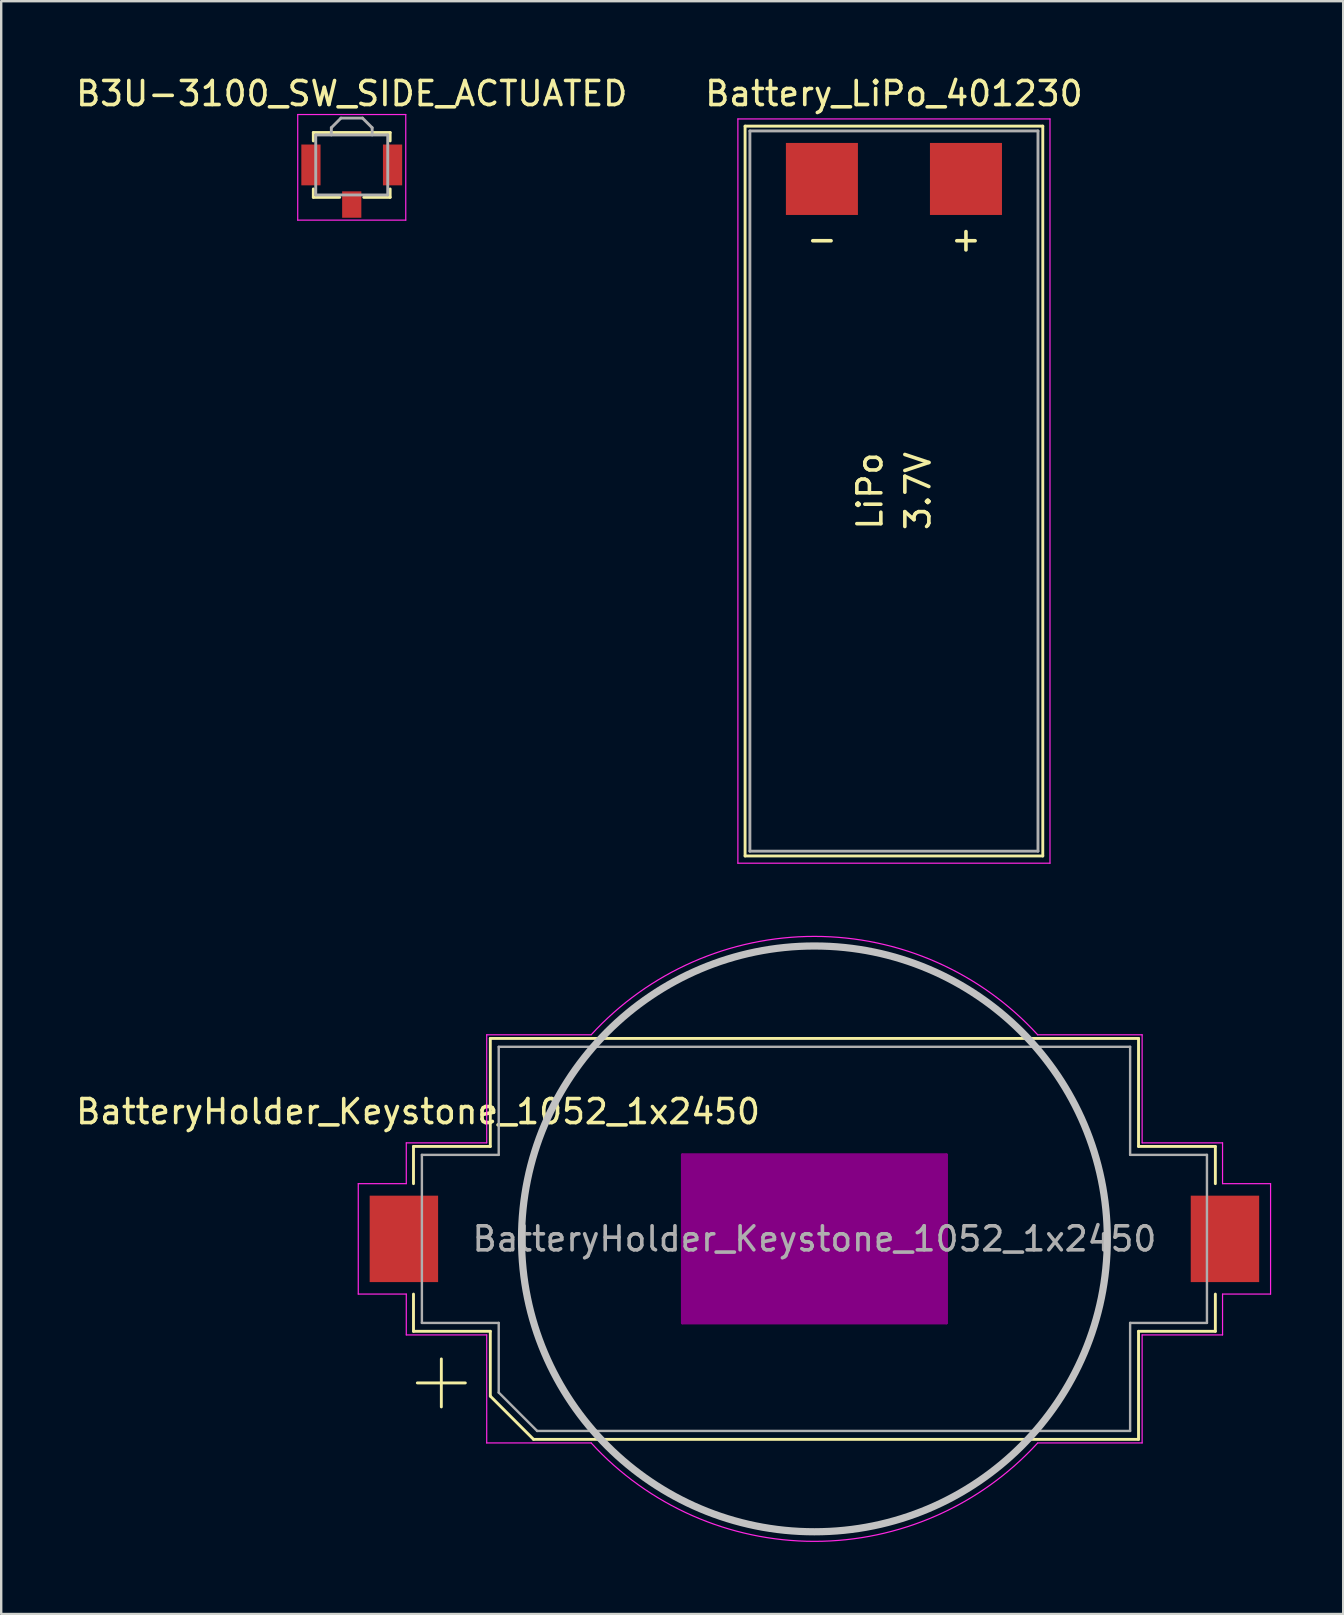
<source format=kicad_pcb>
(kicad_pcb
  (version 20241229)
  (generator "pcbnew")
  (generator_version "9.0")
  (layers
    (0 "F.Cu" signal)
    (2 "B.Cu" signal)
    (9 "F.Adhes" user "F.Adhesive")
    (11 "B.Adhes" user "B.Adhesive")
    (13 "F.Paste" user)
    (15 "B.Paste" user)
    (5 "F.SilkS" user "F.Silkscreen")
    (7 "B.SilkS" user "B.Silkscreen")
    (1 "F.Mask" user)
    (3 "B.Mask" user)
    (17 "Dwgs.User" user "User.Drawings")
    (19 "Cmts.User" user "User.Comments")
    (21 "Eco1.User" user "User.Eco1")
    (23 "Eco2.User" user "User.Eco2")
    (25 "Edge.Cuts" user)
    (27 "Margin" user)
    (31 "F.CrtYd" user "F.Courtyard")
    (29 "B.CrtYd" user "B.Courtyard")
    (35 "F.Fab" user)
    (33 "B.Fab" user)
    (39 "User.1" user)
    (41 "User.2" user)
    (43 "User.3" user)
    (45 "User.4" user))
  (footprint "B3U-3100_SW_SIDE_ACTUATED"
    (layer "F.Cu")
    (at 11.601 3.82)
    (property "Reference" "B3U-3100_SW_SIDE_ACTUATED" (at 0 -2.972 0) (layer "F.SilkS") (effects (font (size 1 1) (thickness 0.15))))
    (attr through_hole)
    (fp_line (start -1.6 -1.35) (end -1.6 -1) (stroke (width 0.12) (type solid)) (layer "F.SilkS"))
    (fp_line (start -1.6 1) (end -1.6 1.35) (stroke (width 0.12) (type solid)) (layer "F.SilkS"))
    (fp_line (start -1.6 1.35) (end -0.5 1.35) (stroke (width 0.12) (type solid)) (layer "F.SilkS"))
    (fp_line (start 0.5 1.35) (end 1.6 1.35) (stroke (width 0.12) (type solid)) (layer "F.SilkS"))
    (fp_line (start 1.6 -1.35) (end -1.6 -1.35) (stroke (width 0.12) (type solid)) (layer "F.SilkS"))
    (fp_line (start 1.6 -1) (end 1.6 -1.35) (stroke (width 0.12) (type solid)) (layer "F.SilkS"))
    (fp_line (start 1.6 1.35) (end 1.6 1) (stroke (width 0.12) (type solid)) (layer "F.SilkS"))
    (fp_line (start -2.25 -2.1) (end -2.25 2.3) (stroke (width 0.05) (type solid)) (layer "F.CrtYd"))
    (fp_line (start -2.25 2.3) (end 2.25 2.3) (stroke (width 0.05) (type solid)) (layer "F.CrtYd"))
    (fp_line (start 2.25 -2.1) (end -2.25 -2.1) (stroke (width 0.05) (type solid)) (layer "F.CrtYd"))
    (fp_line (start 2.25 2.3) (end 2.25 -2.1) (stroke (width 0.05) (type solid)) (layer "F.CrtYd"))
    (fp_line (start -1.5 -1.25) (end 1.5 -1.25) (stroke (width 0.12) (type solid)) (layer "F.Fab"))
    (fp_line (start -1.5 1.25) (end -1.5 -1.25) (stroke (width 0.12) (type solid)) (layer "F.Fab"))
    (fp_line (start -0.85 -1.55) (end -0.45 -1.95) (stroke (width 0.12) (type solid)) (layer "F.Fab"))
    (fp_line (start -0.85 -1.25) (end -0.85 -1.55) (stroke (width 0.12) (type solid)) (layer "F.Fab"))
    (fp_line (start -0.45 -1.95) (end 0.45 -1.95) (stroke (width 0.12) (type solid)) (layer "F.Fab"))
    (fp_line (start 0.45 -1.95) (end 0.85 -1.55) (stroke (width 0.12) (type solid)) (layer "F.Fab"))
    (fp_line (start 0.85 -1.25) (end 0.85 -1.55) (stroke (width 0.12) (type solid)) (layer "F.Fab"))
    (fp_line (start 1.5 -1.25) (end 1.5 1.25) (stroke (width 0.12) (type solid)) (layer "F.Fab"))
    (fp_line (start 1.5 1.25) (end -1.5 1.25) (stroke (width 0.12) (type solid)) (layer "F.Fab"))
    (pad "1" smd rect (at -1.7 0) (size 0.8 1.7) (layers "F.Cu" "F.Mask" "F.Paste"))
    (pad "2" smd rect (at 1.7 0) (size 0.8 1.7) (layers "F.Cu" "F.Mask" "F.Paste"))
    (pad "3" smd rect (at 0 1.65) (size 0.8 1.1) (layers "F.Cu" "F.Mask" "F.Paste")))
  (footprint "Battery_LiPo_401230"
    (layer "F.Cu")
    (at 34.185 4.404)
    (property "Reference" "Battery_LiPo_401230" (at 0 -3.556 0) (layer "F.SilkS") (effects (font (size 1 1) (thickness 0.15))))
    (attr smd)
    (fp_line (start -6.2 -2.2) (end 6.2 -2.2) (stroke (width 0.12) (type solid)) (layer "F.SilkS"))
    (fp_line (start -6.2 28.2) (end -6.2 -2.2) (stroke (width 0.12) (type solid)) (layer "F.SilkS"))
    (fp_line (start 6.2 -2.2) (end 6.2 28.2) (stroke (width 0.12) (type solid)) (layer "F.SilkS"))
    (fp_line (start 6.2 28.2) (end -6.2 28.2) (stroke (width 0.12) (type solid)) (layer "F.SilkS"))
    (fp_line (start -6.5 -2.5) (end 6.5 -2.5) (stroke (width 0.05) (type solid)) (layer "F.CrtYd"))
    (fp_line (start -6.5 28.5) (end -6.5 -2.5) (stroke (width 0.05) (type solid)) (layer "F.CrtYd"))
    (fp_line (start 6.5 -2.5) (end 6.5 28.5) (stroke (width 0.05) (type solid)) (layer "F.CrtYd"))
    (fp_line (start 6.5 28.5) (end -6.5 28.5) (stroke (width 0.05) (type solid)) (layer "F.CrtYd"))
    (fp_line (start -6 -2) (end 6 -2) (stroke (width 0.12) (type solid)) (layer "F.Fab"))
    (fp_line (start -6 28) (end -6 -2) (stroke (width 0.12) (type solid)) (layer "F.Fab"))
    (fp_line (start 6 -2) (end 6 28) (stroke (width 0.12) (type solid)) (layer "F.Fab"))
    (fp_line (start 6 28) (end -6 28) (stroke (width 0.12) (type solid)) (layer "F.Fab"))
    (fp_text user "+" (at 3 2.5 0) (layer "F.SilkS") (effects (font (size 1 1) (thickness 0.15))))
    (fp_text user "LiPo" (at -1 13 90) (layer "F.SilkS") (effects (font (size 1 1) (thickness 0.15))))
    (fp_text user "3.7V" (at 1 13 90) (layer "F.SilkS") (effects (font (size 1 1) (thickness 0.15))))
    (fp_text user "-" (at -3 2.5 0) (layer "F.SilkS") (effects (font (size 1 1) (thickness 0.15))))
    (pad "1" smd rect (at 3 0) (size 3 3) (layers "F.Cu" "F.Mask" "F.Paste"))
    (pad "2" smd rect (at -3 0) (size 3 3) (layers "F.Cu" "F.Mask" "F.Paste")))
  (footprint "BatteryHolder_Keystone_1052_1x2450"
    (layer "F.Cu")
    (at 30.873 48.553)
    (property "Reference" "BatteryHolder_Keystone_1052_1x2450" (at -16.51 -5.3 0) (layer "F.SilkS") (effects (font (size 1 1) (thickness 0.15))))
    (attr smd)
    (fp_line (start -16.7 -3.85) (end -16.7 -2.3) (stroke (width 0.12) (type solid)) (layer "F.SilkS"))
    (fp_line (start -16.7 3.85) (end -16.7 2.3) (stroke (width 0.12) (type solid)) (layer "F.SilkS"))
    (fp_line (start -15.54 5) (end -15.54 7) (stroke (width 0.12) (type solid)) (layer "F.SilkS"))
    (fp_line (start -14.54 6) (end -16.54 6) (stroke (width 0.12) (type solid)) (layer "F.SilkS"))
    (fp_line (start -13.5 -8.35) (end -13.5 -3.85) (stroke (width 0.12) (type solid)) (layer "F.SilkS"))
    (fp_line (start -13.5 -8.35) (end 13.5 -8.35) (stroke (width 0.12) (type solid)) (layer "F.SilkS"))
    (fp_line (start -13.5 -3.85) (end -16.7 -3.85) (stroke (width 0.12) (type solid)) (layer "F.SilkS"))
    (fp_line (start -13.5 3.85) (end -16.7 3.85) (stroke (width 0.12) (type solid)) (layer "F.SilkS"))
    (fp_line (start -13.5 6.55) (end -13.5 3.85) (stroke (width 0.12) (type solid)) (layer "F.SilkS"))
    (fp_line (start -11.7 8.35) (end -13.5 6.55) (stroke (width 0.12) (type solid)) (layer "F.SilkS"))
    (fp_line (start 13.5 -8.35) (end 13.5 -3.85) (stroke (width 0.12) (type solid)) (layer "F.SilkS"))
    (fp_line (start 13.5 -3.85) (end 16.7 -3.85) (stroke (width 0.12) (type solid)) (layer "F.SilkS"))
    (fp_line (start 13.5 3.85) (end 16.7 3.85) (stroke (width 0.12) (type solid)) (layer "F.SilkS"))
    (fp_line (start 13.5 8.35) (end -11.7 8.35) (stroke (width 0.12) (type solid)) (layer "F.SilkS"))
    (fp_line (start 13.5 8.35) (end 13.5 3.85) (stroke (width 0.12) (type solid)) (layer "F.SilkS"))
    (fp_line (start 16.7 -3.85) (end 16.7 -2.3) (stroke (width 0.12) (type solid)) (layer "F.SilkS"))
    (fp_line (start 16.7 3.85) (end 16.7 2.3) (stroke (width 0.12) (type solid)) (layer "F.SilkS"))
    (fp_line (start -5.5 -3.5) (end -5.5 3.5) (stroke (width 0.12) (type solid)) (layer "F.Adhes"))
    (fp_line (start -5.5 3.5) (end 5.5 3.5) (stroke (width 0.12) (type solid)) (layer "F.Adhes"))
    (fp_line (start 5.5 -3.5) (end -5.5 -3.5) (stroke (width 0.12) (type solid)) (layer "F.Adhes"))
    (fp_line (start 5.5 3.5) (end 5.5 -3.5) (stroke (width 0.12) (type solid)) (layer "F.Adhes"))
    (fp_poly (pts (xy -5.5 -3.5) (xy -5.5 3.5) (xy 5.5 3.5) (xy 5.5 -3.5)) (stroke (width 0.1) (type solid)) (fill yes) (layer "F.Adhes"))
    (fp_circle (center 0 0) (end 12.2 0) (stroke (width 0.3) (type solid)) (fill no) (layer "Dwgs.User"))
    (fp_line (start -19 2.3) (end -19 -2.3) (stroke (width 0.05) (type solid)) (layer "F.CrtYd"))
    (fp_line (start -17 -4) (end -13.65 -4) (stroke (width 0.05) (type solid)) (layer "F.CrtYd"))
    (fp_line (start -17 -2.3) (end -19 -2.3) (stroke (width 0.05) (type solid)) (layer "F.CrtYd"))
    (fp_line (start -17 -2.3) (end -17 -4) (stroke (width 0.05) (type solid)) (layer "F.CrtYd"))
    (fp_line (start -17 2.3) (end -19 2.3) (stroke (width 0.05) (type solid)) (layer "F.CrtYd"))
    (fp_line (start -17 4) (end -17 2.3) (stroke (width 0.05) (type solid)) (layer "F.CrtYd"))
    (fp_line (start -17 4) (end -13.65 4) (stroke (width 0.05) (type solid)) (layer "F.CrtYd"))
    (fp_line (start -13.65 -8.5) (end -9.3 -8.5) (stroke (width 0.05) (type solid)) (layer "F.CrtYd"))
    (fp_line (start -13.65 -4) (end -13.65 -8.5) (stroke (width 0.05) (type solid)) (layer "F.CrtYd"))
    (fp_line (start -13.65 4) (end -13.65 8.5) (stroke (width 0.05) (type solid)) (layer "F.CrtYd"))
    (fp_line (start -9.3 8.5) (end -13.65 8.5) (stroke (width 0.05) (type solid)) (layer "F.CrtYd"))
    (fp_line (start 13.65 -8.5) (end 9.3 -8.5) (stroke (width 0.05) (type solid)) (layer "F.CrtYd"))
    (fp_line (start 13.65 -8.5) (end 13.65 -4) (stroke (width 0.05) (type solid)) (layer "F.CrtYd"))
    (fp_line (start 13.65 -4) (end 17 -4) (stroke (width 0.05) (type solid)) (layer "F.CrtYd"))
    (fp_line (start 13.65 4) (end 13.65 8.5) (stroke (width 0.05) (type solid)) (layer "F.CrtYd"))
    (fp_line (start 13.65 8.5) (end 9.3 8.5) (stroke (width 0.05) (type solid)) (layer "F.CrtYd"))
    (fp_line (start 17 -4) (end 17 -2.3) (stroke (width 0.05) (type solid)) (layer "F.CrtYd"))
    (fp_line (start 17 -2.3) (end 19 -2.3) (stroke (width 0.05) (type solid)) (layer "F.CrtYd"))
    (fp_line (start 17 2.3) (end 17 4) (stroke (width 0.05) (type solid)) (layer "F.CrtYd"))
    (fp_line (start 17 4) (end 13.65 4) (stroke (width 0.05) (type solid)) (layer "F.CrtYd"))
    (fp_line (start 19 -2.3) (end 19 2.3) (stroke (width 0.05) (type solid)) (layer "F.CrtYd"))
    (fp_line (start 19 2.3) (end 17 2.3) (stroke (width 0.05) (type solid)) (layer "F.CrtYd"))
    (fp_arc (start -9.293066 -8.50758) (mid 0.005137 -12.599205) (end 9.3 -8.5) (stroke (width 0.05) (type solid)) (layer "F.CrtYd"))
    (fp_arc (start 9.293066 8.50758) (mid -0.005137 12.599205) (end -9.3 8.5) (stroke (width 0.05) (type solid)) (layer "F.CrtYd"))
    (fp_line (start -16.35 -3.5) (end -13.15 -3.5) (stroke (width 0.1) (type solid)) (layer "F.Fab"))
    (fp_line (start -16.35 3.5) (end -16.35 -3.5) (stroke (width 0.1) (type solid)) (layer "F.Fab"))
    (fp_line (start -13.15 -8) (end -13.15 -3.5) (stroke (width 0.1) (type solid)) (layer "F.Fab"))
    (fp_line (start -13.15 3.5) (end -16.35 3.5) (stroke (width 0.1) (type solid)) (layer "F.Fab"))
    (fp_line (start -13.15 6.4) (end -13.15 3.5) (stroke (width 0.1) (type solid)) (layer "F.Fab"))
    (fp_line (start -11.55 8) (end -13.15 6.4) (stroke (width 0.1) (type solid)) (layer "F.Fab"))
    (fp_line (start 13.15 -8) (end -13.15 -8) (stroke (width 0.1) (type solid)) (layer "F.Fab"))
    (fp_line (start 13.15 -8) (end 13.15 -3.5) (stroke (width 0.1) (type solid)) (layer "F.Fab"))
    (fp_line (start 13.15 3.5) (end 16.35 3.5) (stroke (width 0.1) (type solid)) (layer "F.Fab"))
    (fp_line (start 13.15 8) (end -11.55 8) (stroke (width 0.1) (type solid)) (layer "F.Fab"))
    (fp_line (start 13.15 8) (end 13.15 3.5) (stroke (width 0.1) (type solid)) (layer "F.Fab"))
    (fp_line (start 16.35 -3.5) (end 13.15 -3.5) (stroke (width 0.1) (type solid)) (layer "F.Fab"))
    (fp_line (start 16.35 3.5) (end 16.35 -3.5) (stroke (width 0.1) (type solid)) (layer "F.Fab"))
    (fp_text user "${REFERENCE}" (at 0 0 0) (layer "F.Fab") (effects (font (size 1 1) (thickness 0.15))))
    (pad "1" smd rect (at -17.1 0 180) (size 2.85 3.6) (layers "F.Cu" "F.Mask" "F.Paste"))
    (pad "2" smd rect (at 17.1 0 180) (size 2.85 3.6) (layers "F.Cu" "F.Mask" "F.Paste")))
  (gr_rect
    (start -3 -3)
    (end 52.898 64.178)
    (stroke (width 0.1) (type default))
    (fill no)
    (layer "Edge.Cuts")))
</source>
